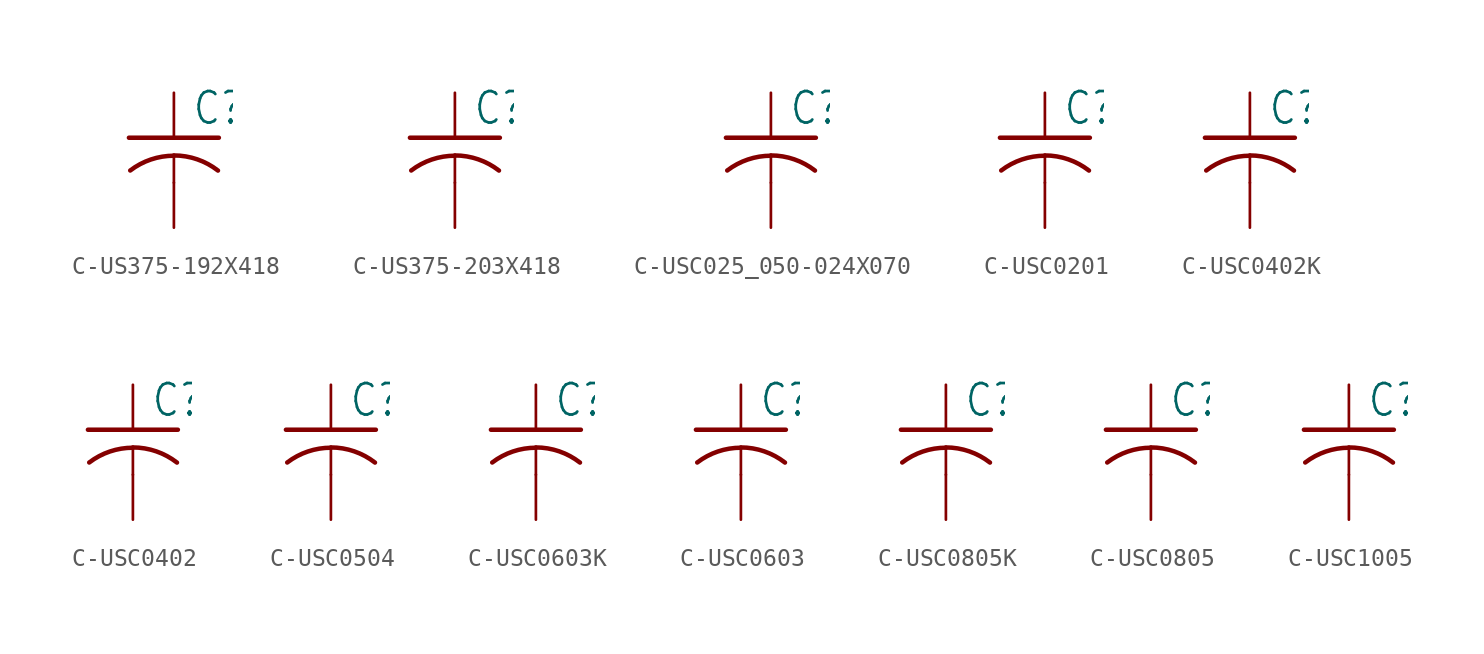
<source format=kicad_sym>
(kicad_symbol_lib
  (version 20241209)
  (generator "kicad_symbol_editor")
  (generator_version "9.0")
  (symbol "C-US375-192X418"
    (property "Reference" "C"
      (at 1.016 0.635 0)
      (effects (font (size 1.778 1.511)) (justify left bottom)))
    (property "Value" ""
      (at 1.016 -4.191 0)
      (effects (font (size 1.778 1.511)) (justify left bottom)))
    (property "ki_locked" ""
      (at 0 0 0)
      (effects (font (size 1.27 1.27))))
    (symbol "C-US375-192X418_1_0"
      (polyline (pts (xy -2.54 0) (xy 2.54 0)) (stroke (width 0.254) (type solid)) (fill (type none)))
      (arc (start 0 -1) (mid 1.3158 -1.2195) (end 2.4892 -1.8541) (stroke (width 0.254) (type solid)) (fill (type none)))
      (arc (start -2.4668 -1.8504) (mid -1.302 -1.2303) (end 0 -1.0161) (stroke (width 0.254) (type solid)) (fill (type none)))
      (polyline (pts (xy 0 -1.016) (xy 0 -2.54)) (stroke (width 0.152) (type solid)) (fill (type none)))
      (pin passive line (at 0 2.54 270) (length 2.54) (name "1" (effects (font (size 0 0)))) (number "1" (effects (font (size 0 0)))))
      (pin passive line (at 0 -5.08 90) (length 2.54) (name "2" (effects (font (size 0 0)))) (number "2" (effects (font (size 0 0)))))))
  (symbol "C-US375-203X418"
    (property "Reference" "C"
      (at 1.016 0.635 0)
      (effects (font (size 1.778 1.511)) (justify left bottom)))
    (property "Value" ""
      (at 1.016 -4.191 0)
      (effects (font (size 1.778 1.511)) (justify left bottom)))
    (property "ki_locked" ""
      (at 0 0 0)
      (effects (font (size 1.27 1.27))))
    (symbol "C-US375-203X418_1_0"
      (polyline (pts (xy -2.54 0) (xy 2.54 0)) (stroke (width 0.254) (type solid)) (fill (type none)))
      (arc (start 0 -1) (mid 1.3158 -1.2195) (end 2.4892 -1.8541) (stroke (width 0.254) (type solid)) (fill (type none)))
      (arc (start -2.4668 -1.8504) (mid -1.302 -1.2303) (end 0 -1.0161) (stroke (width 0.254) (type solid)) (fill (type none)))
      (polyline (pts (xy 0 -1.016) (xy 0 -2.54)) (stroke (width 0.152) (type solid)) (fill (type none)))
      (pin passive line (at 0 2.54 270) (length 2.54) (name "1" (effects (font (size 0 0)))) (number "1" (effects (font (size 0 0)))))
      (pin passive line (at 0 -5.08 90) (length 2.54) (name "2" (effects (font (size 0 0)))) (number "2" (effects (font (size 0 0)))))))
  (symbol "C-USC025_050-024X070"
    (property "Reference" "C"
      (at 1.016 0.635 0)
      (effects (font (size 1.778 1.511)) (justify left bottom)))
    (property "Value" ""
      (at 1.016 -4.191 0)
      (effects (font (size 1.778 1.511)) (justify left bottom)))
    (property "ki_locked" ""
      (at 0 0 0)
      (effects (font (size 1.27 1.27))))
    (symbol "C-USC025_050-024X070_1_0"
      (polyline (pts (xy -2.54 0) (xy 2.54 0)) (stroke (width 0.254) (type solid)) (fill (type none)))
      (arc (start 0 -1) (mid 1.3158 -1.2195) (end 2.4892 -1.8541) (stroke (width 0.254) (type solid)) (fill (type none)))
      (arc (start -2.4668 -1.8504) (mid -1.302 -1.2303) (end 0 -1.0161) (stroke (width 0.254) (type solid)) (fill (type none)))
      (polyline (pts (xy 0 -1.016) (xy 0 -2.54)) (stroke (width 0.152) (type solid)) (fill (type none)))
      (pin passive line (at 0 2.54 270) (length 2.54) (name "1" (effects (font (size 0 0)))) (number "1" (effects (font (size 0 0)))))
      (pin passive line (at 0 -5.08 90) (length 2.54) (name "2" (effects (font (size 0 0)))) (number "2" (effects (font (size 0 0)))))))
  (symbol "C-USC0201"
    (property "Reference" "C"
      (at 1.016 0.635 0)
      (effects (font (size 1.778 1.511)) (justify left bottom)))
    (property "Value" ""
      (at 1.016 -4.191 0)
      (effects (font (size 1.778 1.511)) (justify left bottom)))
    (property "ki_locked" ""
      (at 0 0 0)
      (effects (font (size 1.27 1.27))))
    (symbol "C-USC0201_1_0"
      (polyline (pts (xy -2.54 0) (xy 2.54 0)) (stroke (width 0.254) (type solid)) (fill (type none)))
      (arc (start 0 -1) (mid 1.3158 -1.2195) (end 2.4892 -1.8541) (stroke (width 0.254) (type solid)) (fill (type none)))
      (arc (start -2.4668 -1.8504) (mid -1.302 -1.2303) (end 0 -1.0161) (stroke (width 0.254) (type solid)) (fill (type none)))
      (polyline (pts (xy 0 -1.016) (xy 0 -2.54)) (stroke (width 0.152) (type solid)) (fill (type none)))
      (pin passive line (at 0 2.54 270) (length 2.54) (name "1" (effects (font (size 0 0)))) (number "1" (effects (font (size 0 0)))))
      (pin passive line (at 0 -5.08 90) (length 2.54) (name "2" (effects (font (size 0 0)))) (number "2" (effects (font (size 0 0)))))))
  (symbol "C-USC0402K"
    (property "Reference" "C"
      (at 1.016 0.635 0)
      (effects (font (size 1.778 1.511)) (justify left bottom)))
    (property "Value" ""
      (at 1.016 -4.191 0)
      (effects (font (size 1.778 1.511)) (justify left bottom)))
    (property "ki_locked" ""
      (at 0 0 0)
      (effects (font (size 1.27 1.27))))
    (symbol "C-USC0402K_1_0"
      (polyline (pts (xy -2.54 0) (xy 2.54 0)) (stroke (width 0.254) (type solid)) (fill (type none)))
      (arc (start 0 -1) (mid 1.3158 -1.2195) (end 2.4892 -1.8541) (stroke (width 0.254) (type solid)) (fill (type none)))
      (arc (start -2.4668 -1.8504) (mid -1.302 -1.2303) (end 0 -1.0161) (stroke (width 0.254) (type solid)) (fill (type none)))
      (polyline (pts (xy 0 -1.016) (xy 0 -2.54)) (stroke (width 0.152) (type solid)) (fill (type none)))
      (pin passive line (at 0 2.54 270) (length 2.54) (name "1" (effects (font (size 0 0)))) (number "1" (effects (font (size 0 0)))))
      (pin passive line (at 0 -5.08 90) (length 2.54) (name "2" (effects (font (size 0 0)))) (number "2" (effects (font (size 0 0)))))))
  (symbol "C-USC0402"
    (property "Reference" "C"
      (at 1.016 0.635 0)
      (effects (font (size 1.778 1.511)) (justify left bottom)))
    (property "Value" ""
      (at 1.016 -4.191 0)
      (effects (font (size 1.778 1.511)) (justify left bottom)))
    (property "ki_locked" ""
      (at 0 0 0)
      (effects (font (size 1.27 1.27))))
    (symbol "C-USC0402_1_0"
      (polyline (pts (xy -2.54 0) (xy 2.54 0)) (stroke (width 0.254) (type solid)) (fill (type none)))
      (arc (start 0 -1) (mid 1.3158 -1.2195) (end 2.4892 -1.8541) (stroke (width 0.254) (type solid)) (fill (type none)))
      (arc (start -2.4668 -1.8504) (mid -1.302 -1.2303) (end 0 -1.0161) (stroke (width 0.254) (type solid)) (fill (type none)))
      (polyline (pts (xy 0 -1.016) (xy 0 -2.54)) (stroke (width 0.152) (type solid)) (fill (type none)))
      (pin passive line (at 0 2.54 270) (length 2.54) (name "1" (effects (font (size 0 0)))) (number "1" (effects (font (size 0 0)))))
      (pin passive line (at 0 -5.08 90) (length 2.54) (name "2" (effects (font (size 0 0)))) (number "2" (effects (font (size 0 0)))))))
  (symbol "C-USC0504"
    (property "Reference" "C"
      (at 1.016 0.635 0)
      (effects (font (size 1.778 1.511)) (justify left bottom)))
    (property "Value" ""
      (at 1.016 -4.191 0)
      (effects (font (size 1.778 1.511)) (justify left bottom)))
    (property "ki_locked" ""
      (at 0 0 0)
      (effects (font (size 1.27 1.27))))
    (symbol "C-USC0504_1_0"
      (polyline (pts (xy -2.54 0) (xy 2.54 0)) (stroke (width 0.254) (type solid)) (fill (type none)))
      (arc (start 0 -1) (mid 1.3158 -1.2195) (end 2.4892 -1.8541) (stroke (width 0.254) (type solid)) (fill (type none)))
      (arc (start -2.4668 -1.8504) (mid -1.302 -1.2303) (end 0 -1.0161) (stroke (width 0.254) (type solid)) (fill (type none)))
      (polyline (pts (xy 0 -1.016) (xy 0 -2.54)) (stroke (width 0.152) (type solid)) (fill (type none)))
      (pin passive line (at 0 2.54 270) (length 2.54) (name "1" (effects (font (size 0 0)))) (number "1" (effects (font (size 0 0)))))
      (pin passive line (at 0 -5.08 90) (length 2.54) (name "2" (effects (font (size 0 0)))) (number "2" (effects (font (size 0 0)))))))
  (symbol "C-USC0603K"
    (property "Reference" "C"
      (at 1.016 0.635 0)
      (effects (font (size 1.778 1.511)) (justify left bottom)))
    (property "Value" ""
      (at 1.016 -4.191 0)
      (effects (font (size 1.778 1.511)) (justify left bottom)))
    (property "ki_locked" ""
      (at 0 0 0)
      (effects (font (size 1.27 1.27))))
    (symbol "C-USC0603K_1_0"
      (polyline (pts (xy -2.54 0) (xy 2.54 0)) (stroke (width 0.254) (type solid)) (fill (type none)))
      (arc (start 0 -1) (mid 1.3158 -1.2195) (end 2.4892 -1.8541) (stroke (width 0.254) (type solid)) (fill (type none)))
      (arc (start -2.4668 -1.8504) (mid -1.302 -1.2303) (end 0 -1.0161) (stroke (width 0.254) (type solid)) (fill (type none)))
      (polyline (pts (xy 0 -1.016) (xy 0 -2.54)) (stroke (width 0.152) (type solid)) (fill (type none)))
      (pin passive line (at 0 2.54 270) (length 2.54) (name "1" (effects (font (size 0 0)))) (number "1" (effects (font (size 0 0)))))
      (pin passive line (at 0 -5.08 90) (length 2.54) (name "2" (effects (font (size 0 0)))) (number "2" (effects (font (size 0 0)))))))
  (symbol "C-USC0603"
    (property "Reference" "C"
      (at 1.016 0.635 0)
      (effects (font (size 1.778 1.511)) (justify left bottom)))
    (property "Value" ""
      (at 1.016 -4.191 0)
      (effects (font (size 1.778 1.511)) (justify left bottom)))
    (property "ki_locked" ""
      (at 0 0 0)
      (effects (font (size 1.27 1.27))))
    (symbol "C-USC0603_1_0"
      (polyline (pts (xy -2.54 0) (xy 2.54 0)) (stroke (width 0.254) (type solid)) (fill (type none)))
      (arc (start 0 -1) (mid 1.3158 -1.2195) (end 2.4892 -1.8541) (stroke (width 0.254) (type solid)) (fill (type none)))
      (arc (start -2.4668 -1.8504) (mid -1.302 -1.2303) (end 0 -1.0161) (stroke (width 0.254) (type solid)) (fill (type none)))
      (polyline (pts (xy 0 -1.016) (xy 0 -2.54)) (stroke (width 0.152) (type solid)) (fill (type none)))
      (pin passive line (at 0 2.54 270) (length 2.54) (name "1" (effects (font (size 0 0)))) (number "1" (effects (font (size 0 0)))))
      (pin passive line (at 0 -5.08 90) (length 2.54) (name "2" (effects (font (size 0 0)))) (number "2" (effects (font (size 0 0)))))))
  (symbol "C-USC0805K"
    (property "Reference" "C"
      (at 1.016 0.635 0)
      (effects (font (size 1.778 1.511)) (justify left bottom)))
    (property "Value" ""
      (at 1.016 -4.191 0)
      (effects (font (size 1.778 1.511)) (justify left bottom)))
    (property "ki_locked" ""
      (at 0 0 0)
      (effects (font (size 1.27 1.27))))
    (symbol "C-USC0805K_1_0"
      (polyline (pts (xy -2.54 0) (xy 2.54 0)) (stroke (width 0.254) (type solid)) (fill (type none)))
      (arc (start 0 -1) (mid 1.3158 -1.2195) (end 2.4892 -1.8541) (stroke (width 0.254) (type solid)) (fill (type none)))
      (arc (start -2.4668 -1.8504) (mid -1.302 -1.2303) (end 0 -1.0161) (stroke (width 0.254) (type solid)) (fill (type none)))
      (polyline (pts (xy 0 -1.016) (xy 0 -2.54)) (stroke (width 0.152) (type solid)) (fill (type none)))
      (pin passive line (at 0 2.54 270) (length 2.54) (name "1" (effects (font (size 0 0)))) (number "1" (effects (font (size 0 0)))))
      (pin passive line (at 0 -5.08 90) (length 2.54) (name "2" (effects (font (size 0 0)))) (number "2" (effects (font (size 0 0)))))))
  (symbol "C-USC0805"
    (property "Reference" "C"
      (at 1.016 0.635 0)
      (effects (font (size 1.778 1.511)) (justify left bottom)))
    (property "Value" ""
      (at 1.016 -4.191 0)
      (effects (font (size 1.778 1.511)) (justify left bottom)))
    (property "ki_locked" ""
      (at 0 0 0)
      (effects (font (size 1.27 1.27))))
    (symbol "C-USC0805_1_0"
      (polyline (pts (xy -2.54 0) (xy 2.54 0)) (stroke (width 0.254) (type solid)) (fill (type none)))
      (arc (start 0 -1) (mid 1.3158 -1.2195) (end 2.4892 -1.8541) (stroke (width 0.254) (type solid)) (fill (type none)))
      (arc (start -2.4668 -1.8504) (mid -1.302 -1.2303) (end 0 -1.0161) (stroke (width 0.254) (type solid)) (fill (type none)))
      (polyline (pts (xy 0 -1.016) (xy 0 -2.54)) (stroke (width 0.152) (type solid)) (fill (type none)))
      (pin passive line (at 0 2.54 270) (length 2.54) (name "1" (effects (font (size 0 0)))) (number "1" (effects (font (size 0 0)))))
      (pin passive line (at 0 -5.08 90) (length 2.54) (name "2" (effects (font (size 0 0)))) (number "2" (effects (font (size 0 0)))))))
  (symbol "C-USC1005"
    (property "Reference" "C"
      (at 1.016 0.635 0)
      (effects (font (size 1.778 1.511)) (justify left bottom)))
    (property "Value" ""
      (at 1.016 -4.191 0)
      (effects (font (size 1.778 1.511)) (justify left bottom)))
    (property "ki_locked" ""
      (at 0 0 0)
      (effects (font (size 1.27 1.27))))
    (symbol "C-USC1005_1_0"
      (polyline (pts (xy -2.54 0) (xy 2.54 0)) (stroke (width 0.254) (type solid)) (fill (type none)))
      (arc (start 0 -1) (mid 1.3158 -1.2195) (end 2.4892 -1.8541) (stroke (width 0.254) (type solid)) (fill (type none)))
      (arc (start -2.4668 -1.8504) (mid -1.302 -1.2303) (end 0 -1.0161) (stroke (width 0.254) (type solid)) (fill (type none)))
      (polyline (pts (xy 0 -1.016) (xy 0 -2.54)) (stroke (width 0.152) (type solid)) (fill (type none)))
      (pin passive line (at 0 2.54 270) (length 2.54) (name "1" (effects (font (size 0 0)))) (number "1" (effects (font (size 0 0)))))
      (pin passive line (at 0 -5.08 90) (length 2.54) (name "2" (effects (font (size 0 0)))) (number "2" (effects (font (size 0 0))))))))
</source>
